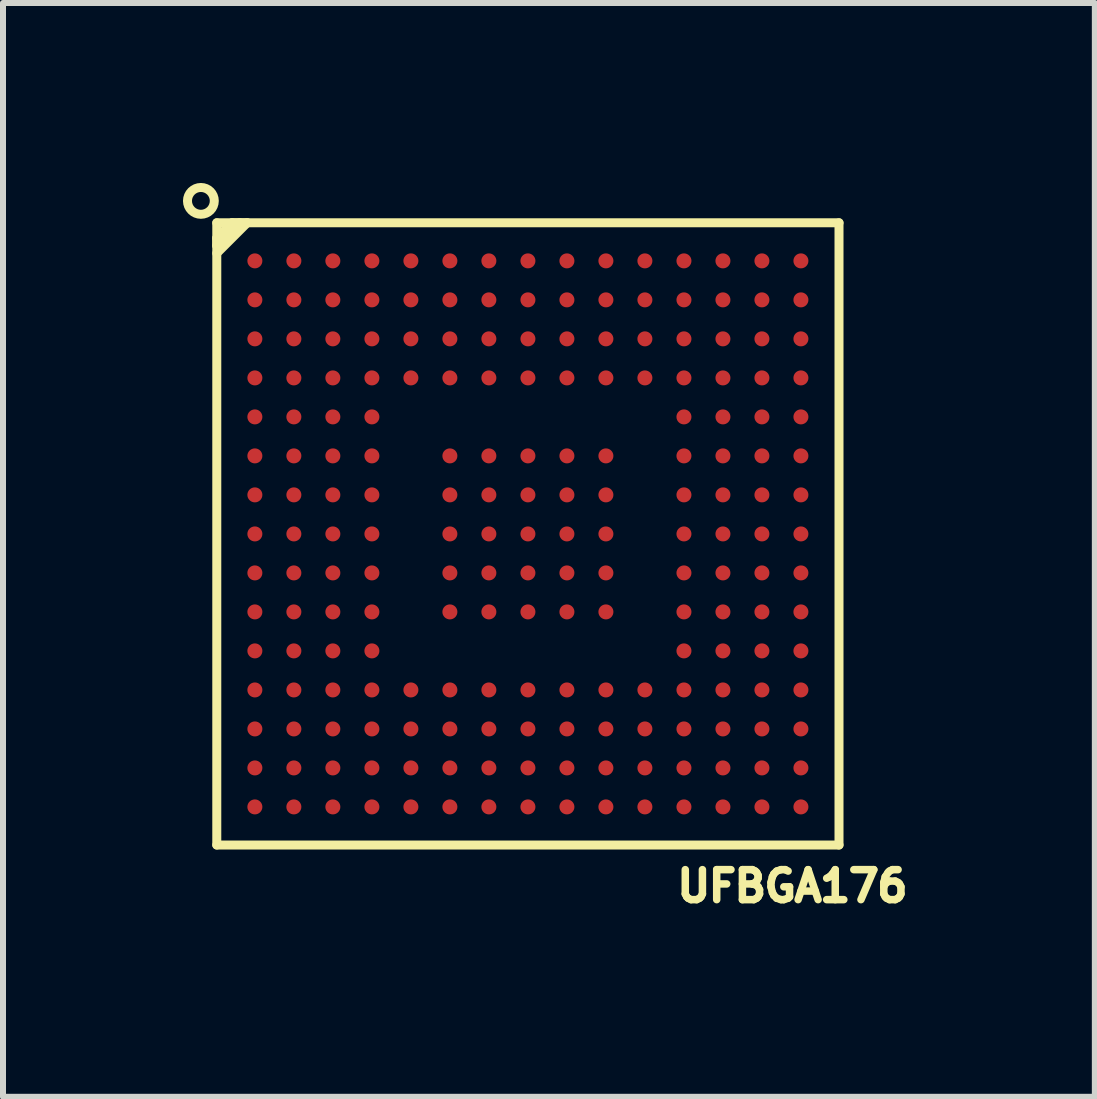
<source format=kicad_pcb>
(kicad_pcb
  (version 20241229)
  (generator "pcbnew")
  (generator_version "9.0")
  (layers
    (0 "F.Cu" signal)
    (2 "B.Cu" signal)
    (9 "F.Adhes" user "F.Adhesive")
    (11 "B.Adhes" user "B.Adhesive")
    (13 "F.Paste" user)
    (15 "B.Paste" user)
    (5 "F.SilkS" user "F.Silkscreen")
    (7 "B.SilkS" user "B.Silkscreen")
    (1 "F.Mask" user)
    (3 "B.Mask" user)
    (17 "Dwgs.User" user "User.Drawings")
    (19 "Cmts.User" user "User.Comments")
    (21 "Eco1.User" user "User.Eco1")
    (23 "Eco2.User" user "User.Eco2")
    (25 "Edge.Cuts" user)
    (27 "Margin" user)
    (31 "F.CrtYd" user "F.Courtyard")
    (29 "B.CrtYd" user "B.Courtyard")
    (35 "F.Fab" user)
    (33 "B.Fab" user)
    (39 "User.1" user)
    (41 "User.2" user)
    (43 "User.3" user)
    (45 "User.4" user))
  (footprint "UFBGA176"
    (layer "F.Cu")
    (at 1.199 1.299)
    (property "Reference" "UFBGA176" (at 8.961 10.424 0) (layer "F.SilkS") (effects (font (size 0.5 0.5) (thickness 0.125))))
    (attr through_hole)
    (fp_line (start -0.635 -0.635) (end -0.635 9.738) (stroke (width 0.15) (type solid)) (layer "F.SilkS"))
    (fp_line (start -0.635 -0.381) (end -0.635 -0.254) (stroke (width 0.15) (type solid)) (layer "F.SilkS"))
    (fp_line (start -0.635 -0.254) (end -0.254 -0.635) (stroke (width 0.15) (type solid)) (layer "F.SilkS"))
    (fp_line (start -0.635 -0.127) (end -0.127 -0.635) (stroke (width 0.15) (type solid)) (layer "F.SilkS"))
    (fp_line (start -0.635 9.738) (end 9.738 9.738) (stroke (width 0.15) (type solid)) (layer "F.SilkS"))
    (fp_line (start -0.381 -0.635) (end -0.635 -0.381) (stroke (width 0.15) (type solid)) (layer "F.SilkS"))
    (fp_line (start -0.127 -0.635) (end -0.381 -0.635) (stroke (width 0.15) (type solid)) (layer "F.SilkS"))
    (fp_line (start 9.738 -0.635) (end -0.635 -0.635) (stroke (width 0.15) (type solid)) (layer "F.SilkS"))
    (fp_line (start 9.738 9.738) (end 9.738 -0.635) (stroke (width 0.15) (type solid)) (layer "F.SilkS"))
    (fp_circle (center -0.9 -1) (end -1 -0.8) (stroke (width 0.15) (type solid)) (fill no) (layer "F.SilkS"))
    (pad "A1" smd circle (at 0 0 180) (size 0.25 0.25) (layers "F.Cu" "F.Mask" "F.Paste"))
    (pad "A2" smd circle (at 0.65 0 180) (size 0.25 0.25) (layers "F.Cu" "F.Mask" "F.Paste"))
    (pad "A3" smd circle (at 1.3 0 180) (size 0.25 0.25) (layers "F.Cu" "F.Mask" "F.Paste"))
    (pad "A4" smd circle (at 1.951 0 180) (size 0.25 0.25) (layers "F.Cu" "F.Mask" "F.Paste"))
    (pad "A5" smd circle (at 2.601 0 180) (size 0.25 0.25) (layers "F.Cu" "F.Mask" "F.Paste"))
    (pad "A6" smd circle (at 3.251 0 180) (size 0.25 0.25) (layers "F.Cu" "F.Mask" "F.Paste"))
    (pad "A7" smd circle (at 3.901 0 180) (size 0.25 0.25) (layers "F.Cu" "F.Mask" "F.Paste"))
    (pad "A8" smd circle (at 4.552 0 180) (size 0.25 0.25) (layers "F.Cu" "F.Mask" "F.Paste"))
    (pad "A9" smd circle (at 5.202 0 180) (size 0.25 0.25) (layers "F.Cu" "F.Mask" "F.Paste"))
    (pad "A10" smd circle (at 5.852 0 180) (size 0.25 0.25) (layers "F.Cu" "F.Mask" "F.Paste"))
    (pad "A11" smd circle (at 6.502 0 180) (size 0.25 0.25) (layers "F.Cu" "F.Mask" "F.Paste"))
    (pad "A12" smd circle (at 7.153 0 180) (size 0.25 0.25) (layers "F.Cu" "F.Mask" "F.Paste"))
    (pad "A13" smd circle (at 7.803 0 180) (size 0.25 0.25) (layers "F.Cu" "F.Mask" "F.Paste"))
    (pad "A14" smd circle (at 8.453 0 180) (size 0.25 0.25) (layers "F.Cu" "F.Mask" "F.Paste"))
    (pad "A15" smd circle (at 9.103 0 180) (size 0.25 0.25) (layers "F.Cu" "F.Mask" "F.Paste"))
    (pad "B1" smd circle (at 0 0.65 180) (size 0.25 0.25) (layers "F.Cu" "F.Mask" "F.Paste"))
    (pad "B2" smd circle (at 0.65 0.65 180) (size 0.25 0.25) (layers "F.Cu" "F.Mask" "F.Paste"))
    (pad "B3" smd circle (at 1.3 0.65 180) (size 0.25 0.25) (layers "F.Cu" "F.Mask" "F.Paste"))
    (pad "B4" smd circle (at 1.951 0.65 180) (size 0.25 0.25) (layers "F.Cu" "F.Mask" "F.Paste"))
    (pad "B5" smd circle (at 2.601 0.65 180) (size 0.25 0.25) (layers "F.Cu" "F.Mask" "F.Paste"))
    (pad "B6" smd circle (at 3.251 0.65 180) (size 0.25 0.25) (layers "F.Cu" "F.Mask" "F.Paste"))
    (pad "B7" smd circle (at 3.901 0.65 180) (size 0.25 0.25) (layers "F.Cu" "F.Mask" "F.Paste"))
    (pad "B8" smd circle (at 4.552 0.65 180) (size 0.25 0.25) (layers "F.Cu" "F.Mask" "F.Paste"))
    (pad "B9" smd circle (at 5.202 0.65 180) (size 0.25 0.25) (layers "F.Cu" "F.Mask" "F.Paste"))
    (pad "B10" smd circle (at 5.852 0.65 180) (size 0.25 0.25) (layers "F.Cu" "F.Mask" "F.Paste"))
    (pad "B11" smd circle (at 6.502 0.65 180) (size 0.25 0.25) (layers "F.Cu" "F.Mask" "F.Paste"))
    (pad "B12" smd circle (at 7.153 0.65 180) (size 0.25 0.25) (layers "F.Cu" "F.Mask" "F.Paste"))
    (pad "B13" smd circle (at 7.803 0.65 180) (size 0.25 0.25) (layers "F.Cu" "F.Mask" "F.Paste"))
    (pad "B14" smd circle (at 8.453 0.65 180) (size 0.25 0.25) (layers "F.Cu" "F.Mask" "F.Paste"))
    (pad "B15" smd circle (at 9.103 0.65 180) (size 0.25 0.25) (layers "F.Cu" "F.Mask" "F.Paste"))
    (pad "C1" smd circle (at 0 1.3 180) (size 0.25 0.25) (layers "F.Cu" "F.Mask" "F.Paste"))
    (pad "C2" smd circle (at 0.65 1.3 180) (size 0.25 0.25) (layers "F.Cu" "F.Mask" "F.Paste"))
    (pad "C3" smd circle (at 1.3 1.3 180) (size 0.25 0.25) (layers "F.Cu" "F.Mask" "F.Paste"))
    (pad "C4" smd circle (at 1.951 1.3 180) (size 0.25 0.25) (layers "F.Cu" "F.Mask" "F.Paste"))
    (pad "C5" smd circle (at 2.601 1.3 180) (size 0.25 0.25) (layers "F.Cu" "F.Mask" "F.Paste"))
    (pad "C6" smd circle (at 3.251 1.3 180) (size 0.25 0.25) (layers "F.Cu" "F.Mask" "F.Paste"))
    (pad "C7" smd circle (at 3.901 1.3 180) (size 0.25 0.25) (layers "F.Cu" "F.Mask" "F.Paste"))
    (pad "C8" smd circle (at 4.552 1.3 180) (size 0.25 0.25) (layers "F.Cu" "F.Mask" "F.Paste"))
    (pad "C9" smd circle (at 5.202 1.3 180) (size 0.25 0.25) (layers "F.Cu" "F.Mask" "F.Paste"))
    (pad "C10" smd circle (at 5.852 1.3 180) (size 0.25 0.25) (layers "F.Cu" "F.Mask" "F.Paste"))
    (pad "C11" smd circle (at 6.502 1.3 180) (size 0.25 0.25) (layers "F.Cu" "F.Mask" "F.Paste"))
    (pad "C12" smd circle (at 7.153 1.3 180) (size 0.25 0.25) (layers "F.Cu" "F.Mask" "F.Paste"))
    (pad "C13" smd circle (at 7.803 1.3 180) (size 0.25 0.25) (layers "F.Cu" "F.Mask" "F.Paste"))
    (pad "C14" smd circle (at 8.453 1.3 180) (size 0.25 0.25) (layers "F.Cu" "F.Mask" "F.Paste"))
    (pad "C15" smd circle (at 9.103 1.3 180) (size 0.25 0.25) (layers "F.Cu" "F.Mask" "F.Paste"))
    (pad "D1" smd circle (at 0 1.951 180) (size 0.25 0.25) (layers "F.Cu" "F.Mask" "F.Paste"))
    (pad "D2" smd circle (at 0.65 1.951 180) (size 0.25 0.25) (layers "F.Cu" "F.Mask" "F.Paste"))
    (pad "D3" smd circle (at 1.3 1.951 180) (size 0.25 0.25) (layers "F.Cu" "F.Mask" "F.Paste"))
    (pad "D4" smd circle (at 1.951 1.951 180) (size 0.25 0.25) (layers "F.Cu" "F.Mask" "F.Paste"))
    (pad "D5" smd circle (at 2.601 1.951 180) (size 0.25 0.25) (layers "F.Cu" "F.Mask" "F.Paste"))
    (pad "D6" smd circle (at 3.251 1.951 180) (size 0.25 0.25) (layers "F.Cu" "F.Mask" "F.Paste"))
    (pad "D7" smd circle (at 3.901 1.951 180) (size 0.25 0.25) (layers "F.Cu" "F.Mask" "F.Paste"))
    (pad "D8" smd circle (at 4.552 1.951 180) (size 0.25 0.25) (layers "F.Cu" "F.Mask" "F.Paste"))
    (pad "D9" smd circle (at 5.202 1.951 180) (size 0.25 0.25) (layers "F.Cu" "F.Mask" "F.Paste"))
    (pad "D10" smd circle (at 5.852 1.951 180) (size 0.25 0.25) (layers "F.Cu" "F.Mask" "F.Paste"))
    (pad "D11" smd circle (at 6.502 1.951 180) (size 0.25 0.25) (layers "F.Cu" "F.Mask" "F.Paste"))
    (pad "D12" smd circle (at 7.153 1.951 180) (size 0.25 0.25) (layers "F.Cu" "F.Mask" "F.Paste"))
    (pad "D13" smd circle (at 7.803 1.951 180) (size 0.25 0.25) (layers "F.Cu" "F.Mask" "F.Paste"))
    (pad "D14" smd circle (at 8.453 1.951 180) (size 0.25 0.25) (layers "F.Cu" "F.Mask" "F.Paste"))
    (pad "D15" smd circle (at 9.103 1.951 180) (size 0.25 0.25) (layers "F.Cu" "F.Mask" "F.Paste"))
    (pad "E1" smd circle (at 0 2.601 180) (size 0.25 0.25) (layers "F.Cu" "F.Mask" "F.Paste"))
    (pad "E2" smd circle (at 0.65 2.601 180) (size 0.25 0.25) (layers "F.Cu" "F.Mask" "F.Paste"))
    (pad "E3" smd circle (at 1.3 2.601 180) (size 0.25 0.25) (layers "F.Cu" "F.Mask" "F.Paste"))
    (pad "E4" smd circle (at 1.951 2.601 180) (size 0.25 0.25) (layers "F.Cu" "F.Mask" "F.Paste"))
    (pad "E12" smd circle (at 7.153 2.601 180) (size 0.25 0.25) (layers "F.Cu" "F.Mask" "F.Paste"))
    (pad "E13" smd circle (at 7.803 2.601 180) (size 0.25 0.25) (layers "F.Cu" "F.Mask" "F.Paste"))
    (pad "E14" smd circle (at 8.453 2.601 180) (size 0.25 0.25) (layers "F.Cu" "F.Mask" "F.Paste"))
    (pad "E15" smd circle (at 9.103 2.601 180) (size 0.25 0.25) (layers "F.Cu" "F.Mask" "F.Paste"))
    (pad "F1" smd circle (at 0 3.251 180) (size 0.25 0.25) (layers "F.Cu" "F.Mask" "F.Paste"))
    (pad "F2" smd circle (at 0.65 3.251 180) (size 0.25 0.25) (layers "F.Cu" "F.Mask" "F.Paste"))
    (pad "F3" smd circle (at 1.3 3.251 180) (size 0.25 0.25) (layers "F.Cu" "F.Mask" "F.Paste"))
    (pad "F4" smd circle (at 1.951 3.251 180) (size 0.25 0.25) (layers "F.Cu" "F.Mask" "F.Paste"))
    (pad "F6" smd circle (at 3.251 3.251 180) (size 0.25 0.25) (layers "F.Cu" "F.Mask" "F.Paste"))
    (pad "F7" smd circle (at 3.901 3.251 180) (size 0.25 0.25) (layers "F.Cu" "F.Mask" "F.Paste"))
    (pad "F8" smd circle (at 4.552 3.251 180) (size 0.25 0.25) (layers "F.Cu" "F.Mask" "F.Paste"))
    (pad "F9" smd circle (at 5.202 3.251 180) (size 0.25 0.25) (layers "F.Cu" "F.Mask" "F.Paste"))
    (pad "F10" smd circle (at 5.852 3.251 180) (size 0.25 0.25) (layers "F.Cu" "F.Mask" "F.Paste"))
    (pad "F12" smd circle (at 7.153 3.251 180) (size 0.25 0.25) (layers "F.Cu" "F.Mask" "F.Paste"))
    (pad "F13" smd circle (at 7.803 3.251 180) (size 0.25 0.25) (layers "F.Cu" "F.Mask" "F.Paste"))
    (pad "F14" smd circle (at 8.453 3.251 180) (size 0.25 0.25) (layers "F.Cu" "F.Mask" "F.Paste"))
    (pad "F15" smd circle (at 9.103 3.251 180) (size 0.25 0.25) (layers "F.Cu" "F.Mask" "F.Paste"))
    (pad "G1" smd circle (at 0 3.901 180) (size 0.25 0.25) (layers "F.Cu" "F.Mask" "F.Paste"))
    (pad "G2" smd circle (at 0.65 3.901 180) (size 0.25 0.25) (layers "F.Cu" "F.Mask" "F.Paste"))
    (pad "G3" smd circle (at 1.3 3.901 180) (size 0.25 0.25) (layers "F.Cu" "F.Mask" "F.Paste"))
    (pad "G4" smd circle (at 1.951 3.901 180) (size 0.25 0.25) (layers "F.Cu" "F.Mask" "F.Paste"))
    (pad "G6" smd circle (at 3.251 3.901 180) (size 0.25 0.25) (layers "F.Cu" "F.Mask" "F.Paste"))
    (pad "G7" smd circle (at 3.901 3.901 180) (size 0.25 0.25) (layers "F.Cu" "F.Mask" "F.Paste"))
    (pad "G8" smd circle (at 4.552 3.901 180) (size 0.25 0.25) (layers "F.Cu" "F.Mask" "F.Paste"))
    (pad "G9" smd circle (at 5.202 3.901 180) (size 0.25 0.25) (layers "F.Cu" "F.Mask" "F.Paste"))
    (pad "G10" smd circle (at 5.852 3.901 180) (size 0.25 0.25) (layers "F.Cu" "F.Mask" "F.Paste"))
    (pad "G12" smd circle (at 7.153 3.901 180) (size 0.25 0.25) (layers "F.Cu" "F.Mask" "F.Paste"))
    (pad "G13" smd circle (at 7.803 3.901 180) (size 0.25 0.25) (layers "F.Cu" "F.Mask" "F.Paste"))
    (pad "G14" smd circle (at 8.453 3.901 180) (size 0.25 0.25) (layers "F.Cu" "F.Mask" "F.Paste"))
    (pad "G15" smd circle (at 9.103 3.901 180) (size 0.25 0.25) (layers "F.Cu" "F.Mask" "F.Paste"))
    (pad "H1" smd circle (at 0 4.552 180) (size 0.25 0.25) (layers "F.Cu" "F.Mask" "F.Paste"))
    (pad "H2" smd circle (at 0.65 4.552 180) (size 0.25 0.25) (layers "F.Cu" "F.Mask" "F.Paste"))
    (pad "H3" smd circle (at 1.3 4.552 180) (size 0.25 0.25) (layers "F.Cu" "F.Mask" "F.Paste"))
    (pad "H4" smd circle (at 1.951 4.552 180) (size 0.25 0.25) (layers "F.Cu" "F.Mask" "F.Paste"))
    (pad "H6" smd circle (at 3.251 4.552 180) (size 0.25 0.25) (layers "F.Cu" "F.Mask" "F.Paste"))
    (pad "H7" smd circle (at 3.901 4.552 180) (size 0.25 0.25) (layers "F.Cu" "F.Mask" "F.Paste"))
    (pad "H8" smd circle (at 4.552 4.552 180) (size 0.25 0.25) (layers "F.Cu" "F.Mask" "F.Paste"))
    (pad "H9" smd circle (at 5.202 4.552 180) (size 0.25 0.25) (layers "F.Cu" "F.Mask" "F.Paste"))
    (pad "H10" smd circle (at 5.852 4.552 180) (size 0.25 0.25) (layers "F.Cu" "F.Mask" "F.Paste"))
    (pad "H12" smd circle (at 7.153 4.552 180) (size 0.25 0.25) (layers "F.Cu" "F.Mask" "F.Paste"))
    (pad "H13" smd circle (at 7.803 4.552 180) (size 0.25 0.25) (layers "F.Cu" "F.Mask" "F.Paste"))
    (pad "H14" smd circle (at 8.453 4.552 180) (size 0.25 0.25) (layers "F.Cu" "F.Mask" "F.Paste"))
    (pad "H15" smd circle (at 9.103 4.552 180) (size 0.25 0.25) (layers "F.Cu" "F.Mask" "F.Paste"))
    (pad "J1" smd circle (at 0 5.202 180) (size 0.25 0.25) (layers "F.Cu" "F.Mask" "F.Paste"))
    (pad "J2" smd circle (at 0.65 5.202 180) (size 0.25 0.25) (layers "F.Cu" "F.Mask" "F.Paste"))
    (pad "J3" smd circle (at 1.3 5.202 180) (size 0.25 0.25) (layers "F.Cu" "F.Mask" "F.Paste"))
    (pad "J4" smd circle (at 1.951 5.202 180) (size 0.25 0.25) (layers "F.Cu" "F.Mask" "F.Paste"))
    (pad "J6" smd circle (at 3.251 5.202 180) (size 0.25 0.25) (layers "F.Cu" "F.Mask" "F.Paste"))
    (pad "J7" smd circle (at 3.901 5.202 180) (size 0.25 0.25) (layers "F.Cu" "F.Mask" "F.Paste"))
    (pad "J8" smd circle (at 4.552 5.202 180) (size 0.25 0.25) (layers "F.Cu" "F.Mask" "F.Paste"))
    (pad "J9" smd circle (at 5.202 5.202 180) (size 0.25 0.25) (layers "F.Cu" "F.Mask" "F.Paste"))
    (pad "J10" smd circle (at 5.852 5.202 180) (size 0.25 0.25) (layers "F.Cu" "F.Mask" "F.Paste"))
    (pad "J12" smd circle (at 7.153 5.202 180) (size 0.25 0.25) (layers "F.Cu" "F.Mask" "F.Paste"))
    (pad "J13" smd circle (at 7.803 5.202 180) (size 0.25 0.25) (layers "F.Cu" "F.Mask" "F.Paste"))
    (pad "J14" smd circle (at 8.453 5.202 180) (size 0.25 0.25) (layers "F.Cu" "F.Mask" "F.Paste"))
    (pad "J15" smd circle (at 9.103 5.202 180) (size 0.25 0.25) (layers "F.Cu" "F.Mask" "F.Paste"))
    (pad "K1" smd circle (at 0 5.852 180) (size 0.25 0.25) (layers "F.Cu" "F.Mask" "F.Paste"))
    (pad "K2" smd circle (at 0.65 5.852 180) (size 0.25 0.25) (layers "F.Cu" "F.Mask" "F.Paste"))
    (pad "K3" smd circle (at 1.3 5.852 180) (size 0.25 0.25) (layers "F.Cu" "F.Mask" "F.Paste"))
    (pad "K4" smd circle (at 1.951 5.852 180) (size 0.25 0.25) (layers "F.Cu" "F.Mask" "F.Paste"))
    (pad "K6" smd circle (at 3.251 5.852 180) (size 0.25 0.25) (layers "F.Cu" "F.Mask" "F.Paste"))
    (pad "K7" smd circle (at 3.901 5.852 180) (size 0.25 0.25) (layers "F.Cu" "F.Mask" "F.Paste"))
    (pad "K8" smd circle (at 4.552 5.852 180) (size 0.25 0.25) (layers "F.Cu" "F.Mask" "F.Paste"))
    (pad "K9" smd circle (at 5.202 5.852 180) (size 0.25 0.25) (layers "F.Cu" "F.Mask" "F.Paste"))
    (pad "K10" smd circle (at 5.852 5.852 180) (size 0.25 0.25) (layers "F.Cu" "F.Mask" "F.Paste"))
    (pad "K12" smd circle (at 7.153 5.852 180) (size 0.25 0.25) (layers "F.Cu" "F.Mask" "F.Paste"))
    (pad "K13" smd circle (at 7.803 5.852 180) (size 0.25 0.25) (layers "F.Cu" "F.Mask" "F.Paste"))
    (pad "K14" smd circle (at 8.453 5.852 180) (size 0.25 0.25) (layers "F.Cu" "F.Mask" "F.Paste"))
    (pad "K15" smd circle (at 9.103 5.852 180) (size 0.25 0.25) (layers "F.Cu" "F.Mask" "F.Paste"))
    (pad "L1" smd circle (at 0 6.502 180) (size 0.25 0.25) (layers "F.Cu" "F.Mask" "F.Paste"))
    (pad "L2" smd circle (at 0.65 6.502 180) (size 0.25 0.25) (layers "F.Cu" "F.Mask" "F.Paste"))
    (pad "L3" smd circle (at 1.3 6.502 180) (size 0.25 0.25) (layers "F.Cu" "F.Mask" "F.Paste"))
    (pad "L4" smd circle (at 1.951 6.502 180) (size 0.25 0.25) (layers "F.Cu" "F.Mask" "F.Paste"))
    (pad "L12" smd circle (at 7.153 6.502 180) (size 0.25 0.25) (layers "F.Cu" "F.Mask" "F.Paste"))
    (pad "L13" smd circle (at 7.803 6.502 180) (size 0.25 0.25) (layers "F.Cu" "F.Mask" "F.Paste"))
    (pad "L14" smd circle (at 8.453 6.502 180) (size 0.25 0.25) (layers "F.Cu" "F.Mask" "F.Paste"))
    (pad "L15" smd circle (at 9.103 6.502 180) (size 0.25 0.25) (layers "F.Cu" "F.Mask" "F.Paste"))
    (pad "M1" smd circle (at 0 7.153 180) (size 0.25 0.25) (layers "F.Cu" "F.Mask" "F.Paste"))
    (pad "M2" smd circle (at 0.65 7.153 180) (size 0.25 0.25) (layers "F.Cu" "F.Mask" "F.Paste"))
    (pad "M3" smd circle (at 1.3 7.153 180) (size 0.25 0.25) (layers "F.Cu" "F.Mask" "F.Paste"))
    (pad "M4" smd circle (at 1.951 7.153 180) (size 0.25 0.25) (layers "F.Cu" "F.Mask" "F.Paste"))
    (pad "M5" smd circle (at 2.601 7.153 180) (size 0.25 0.25) (layers "F.Cu" "F.Mask" "F.Paste"))
    (pad "M6" smd circle (at 3.251 7.153 180) (size 0.25 0.25) (layers "F.Cu" "F.Mask" "F.Paste"))
    (pad "M7" smd circle (at 3.901 7.153 180) (size 0.25 0.25) (layers "F.Cu" "F.Mask" "F.Paste"))
    (pad "M8" smd circle (at 4.552 7.153 180) (size 0.25 0.25) (layers "F.Cu" "F.Mask" "F.Paste"))
    (pad "M9" smd circle (at 5.202 7.153 180) (size 0.25 0.25) (layers "F.Cu" "F.Mask" "F.Paste"))
    (pad "M10" smd circle (at 5.852 7.153 180) (size 0.25 0.25) (layers "F.Cu" "F.Mask" "F.Paste"))
    (pad "M11" smd circle (at 6.502 7.153 180) (size 0.25 0.25) (layers "F.Cu" "F.Mask" "F.Paste"))
    (pad "M12" smd circle (at 7.153 7.153 180) (size 0.25 0.25) (layers "F.Cu" "F.Mask" "F.Paste"))
    (pad "M13" smd circle (at 7.803 7.153 180) (size 0.25 0.25) (layers "F.Cu" "F.Mask" "F.Paste"))
    (pad "M14" smd circle (at 8.453 7.153 180) (size 0.25 0.25) (layers "F.Cu" "F.Mask" "F.Paste"))
    (pad "M15" smd circle (at 9.103 7.153 180) (size 0.25 0.25) (layers "F.Cu" "F.Mask" "F.Paste"))
    (pad "N1" smd circle (at 0 7.803 180) (size 0.25 0.25) (layers "F.Cu" "F.Mask" "F.Paste"))
    (pad "N2" smd circle (at 0.65 7.803 180) (size 0.25 0.25) (layers "F.Cu" "F.Mask" "F.Paste"))
    (pad "N3" smd circle (at 1.3 7.803 180) (size 0.25 0.25) (layers "F.Cu" "F.Mask" "F.Paste"))
    (pad "N4" smd circle (at 1.951 7.803 180) (size 0.25 0.25) (layers "F.Cu" "F.Mask" "F.Paste"))
    (pad "N5" smd circle (at 2.601 7.803 180) (size 0.25 0.25) (layers "F.Cu" "F.Mask" "F.Paste"))
    (pad "N6" smd circle (at 3.251 7.803 180) (size 0.25 0.25) (layers "F.Cu" "F.Mask" "F.Paste"))
    (pad "N7" smd circle (at 3.901 7.803 180) (size 0.25 0.25) (layers "F.Cu" "F.Mask" "F.Paste"))
    (pad "N8" smd circle (at 4.552 7.803 180) (size 0.25 0.25) (layers "F.Cu" "F.Mask" "F.Paste"))
    (pad "N9" smd circle (at 5.202 7.803 180) (size 0.25 0.25) (layers "F.Cu" "F.Mask" "F.Paste"))
    (pad "N10" smd circle (at 5.852 7.803 180) (size 0.25 0.25) (layers "F.Cu" "F.Mask" "F.Paste"))
    (pad "N11" smd circle (at 6.502 7.803 180) (size 0.25 0.25) (layers "F.Cu" "F.Mask" "F.Paste"))
    (pad "N12" smd circle (at 7.153 7.803 180) (size 0.25 0.25) (layers "F.Cu" "F.Mask" "F.Paste"))
    (pad "N13" smd circle (at 7.803 7.803 180) (size 0.25 0.25) (layers "F.Cu" "F.Mask" "F.Paste"))
    (pad "N14" smd circle (at 8.453 7.803 180) (size 0.25 0.25) (layers "F.Cu" "F.Mask" "F.Paste"))
    (pad "N15" smd circle (at 9.103 7.803 180) (size 0.25 0.25) (layers "F.Cu" "F.Mask" "F.Paste"))
    (pad "P1" smd circle (at 0 8.453 180) (size 0.25 0.25) (layers "F.Cu" "F.Mask" "F.Paste"))
    (pad "P2" smd circle (at 0.65 8.453 180) (size 0.25 0.25) (layers "F.Cu" "F.Mask" "F.Paste"))
    (pad "P3" smd circle (at 1.3 8.453 180) (size 0.25 0.25) (layers "F.Cu" "F.Mask" "F.Paste"))
    (pad "P4" smd circle (at 1.951 8.453 180) (size 0.25 0.25) (layers "F.Cu" "F.Mask" "F.Paste"))
    (pad "P5" smd circle (at 2.601 8.453 180) (size 0.25 0.25) (layers "F.Cu" "F.Mask" "F.Paste"))
    (pad "P6" smd circle (at 3.251 8.453 180) (size 0.25 0.25) (layers "F.Cu" "F.Mask" "F.Paste"))
    (pad "P7" smd circle (at 3.901 8.453 180) (size 0.25 0.25) (layers "F.Cu" "F.Mask" "F.Paste"))
    (pad "P8" smd circle (at 4.552 8.453 180) (size 0.25 0.25) (layers "F.Cu" "F.Mask" "F.Paste"))
    (pad "P9" smd circle (at 5.202 8.453 180) (size 0.25 0.25) (layers "F.Cu" "F.Mask" "F.Paste"))
    (pad "P10" smd circle (at 5.852 8.453 180) (size 0.25 0.25) (layers "F.Cu" "F.Mask" "F.Paste"))
    (pad "P11" smd circle (at 6.502 8.453 180) (size 0.25 0.25) (layers "F.Cu" "F.Mask" "F.Paste"))
    (pad "P12" smd circle (at 7.153 8.453 180) (size 0.25 0.25) (layers "F.Cu" "F.Mask" "F.Paste"))
    (pad "P13" smd circle (at 7.803 8.453 180) (size 0.25 0.25) (layers "F.Cu" "F.Mask" "F.Paste"))
    (pad "P14" smd circle (at 8.453 8.453 180) (size 0.25 0.25) (layers "F.Cu" "F.Mask" "F.Paste"))
    (pad "P15" smd circle (at 9.103 8.453 180) (size 0.25 0.25) (layers "F.Cu" "F.Mask" "F.Paste"))
    (pad "R1" smd circle (at 0 9.103 180) (size 0.25 0.25) (layers "F.Cu" "F.Mask" "F.Paste"))
    (pad "R2" smd circle (at 0.65 9.103 180) (size 0.25 0.25) (layers "F.Cu" "F.Mask" "F.Paste"))
    (pad "R3" smd circle (at 1.3 9.103 180) (size 0.25 0.25) (layers "F.Cu" "F.Mask" "F.Paste"))
    (pad "R4" smd circle (at 1.951 9.103 180) (size 0.25 0.25) (layers "F.Cu" "F.Mask" "F.Paste"))
    (pad "R5" smd circle (at 2.601 9.103 180) (size 0.25 0.25) (layers "F.Cu" "F.Mask" "F.Paste"))
    (pad "R6" smd circle (at 3.251 9.103 180) (size 0.25 0.25) (layers "F.Cu" "F.Mask" "F.Paste"))
    (pad "R7" smd circle (at 3.901 9.103 180) (size 0.25 0.25) (layers "F.Cu" "F.Mask" "F.Paste"))
    (pad "R8" smd circle (at 4.552 9.103 180) (size 0.25 0.25) (layers "F.Cu" "F.Mask" "F.Paste"))
    (pad "R9" smd circle (at 5.202 9.103 180) (size 0.25 0.25) (layers "F.Cu" "F.Mask" "F.Paste"))
    (pad "R10" smd circle (at 5.852 9.103 180) (size 0.25 0.25) (layers "F.Cu" "F.Mask" "F.Paste"))
    (pad "R11" smd circle (at 6.502 9.103 180) (size 0.25 0.25) (layers "F.Cu" "F.Mask" "F.Paste"))
    (pad "R12" smd circle (at 7.153 9.103 180) (size 0.25 0.25) (layers "F.Cu" "F.Mask" "F.Paste"))
    (pad "R13" smd circle (at 7.803 9.103 180) (size 0.25 0.25) (layers "F.Cu" "F.Mask" "F.Paste"))
    (pad "R14" smd circle (at 8.453 9.103 180) (size 0.25 0.25) (layers "F.Cu" "F.Mask" "F.Paste"))
    (pad "R15" smd circle (at 9.103 9.103 180) (size 0.25 0.25) (layers "F.Cu" "F.Mask" "F.Paste")))
  (gr_rect
    (start -3 -3)
    (end 15.202 15.235)
    (stroke (width 0.1) (type default))
    (fill no)
    (layer "Edge.Cuts")))
</source>
